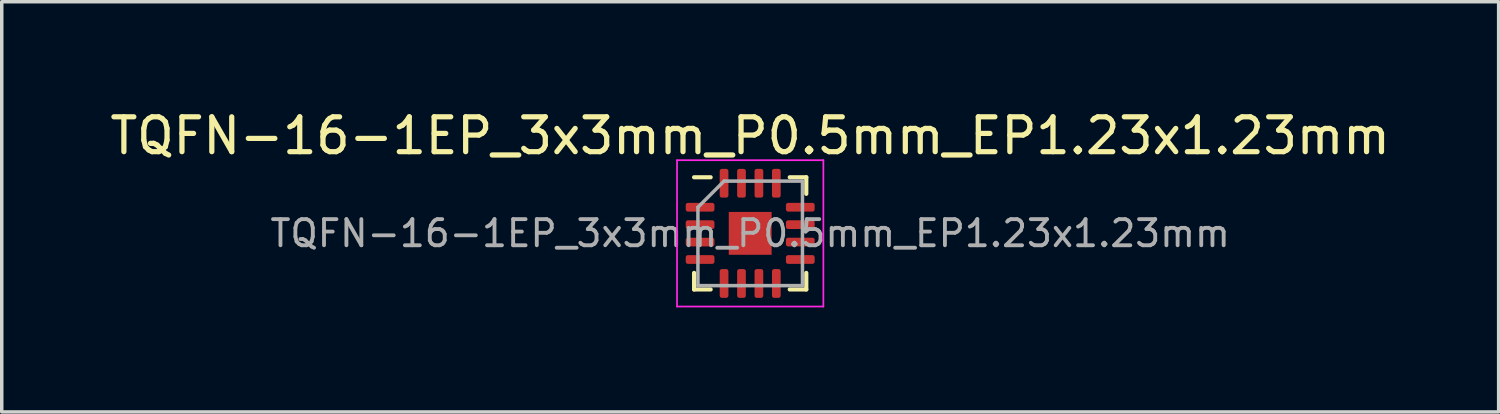
<source format=kicad_pcb>
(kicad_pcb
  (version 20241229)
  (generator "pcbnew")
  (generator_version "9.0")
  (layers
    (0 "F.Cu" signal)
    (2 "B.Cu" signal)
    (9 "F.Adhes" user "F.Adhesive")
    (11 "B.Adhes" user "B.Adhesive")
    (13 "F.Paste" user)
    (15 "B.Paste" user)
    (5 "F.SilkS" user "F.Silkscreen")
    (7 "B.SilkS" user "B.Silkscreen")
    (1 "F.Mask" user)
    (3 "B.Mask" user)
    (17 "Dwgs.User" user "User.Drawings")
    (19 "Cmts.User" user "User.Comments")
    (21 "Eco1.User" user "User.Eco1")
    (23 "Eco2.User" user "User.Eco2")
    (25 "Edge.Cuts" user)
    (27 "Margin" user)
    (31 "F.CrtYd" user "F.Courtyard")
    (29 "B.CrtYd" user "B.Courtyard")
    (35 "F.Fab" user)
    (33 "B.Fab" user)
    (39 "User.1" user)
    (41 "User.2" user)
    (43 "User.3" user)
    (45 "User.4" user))
  (footprint "TQFN-16-1EP_3x3mm_P0.5mm_EP1.23x1.23mm"
    (layer "F.Cu")
    (at 18.482 3.648)
    (property "Reference" "TQFN-16-1EP_3x3mm_P0.5mm_EP1.23x1.23mm" (at 0 -2.8 0) (layer "F.SilkS") (effects (font (size 1 1) (thickness 0.15))))
    (attr smd)
    (fp_line (start -1.61 1.61) (end -1.61 1.135) (stroke (width 0.12) (type solid)) (layer "F.SilkS"))
    (fp_line (start -1.135 -1.61) (end -1.61 -1.61) (stroke (width 0.12) (type solid)) (layer "F.SilkS"))
    (fp_line (start -1.135 1.61) (end -1.61 1.61) (stroke (width 0.12) (type solid)) (layer "F.SilkS"))
    (fp_line (start 1.135 -1.61) (end 1.61 -1.61) (stroke (width 0.12) (type solid)) (layer "F.SilkS"))
    (fp_line (start 1.135 1.61) (end 1.61 1.61) (stroke (width 0.12) (type solid)) (layer "F.SilkS"))
    (fp_line (start 1.61 -1.61) (end 1.61 -1.135) (stroke (width 0.12) (type solid)) (layer "F.SilkS"))
    (fp_line (start 1.61 1.61) (end 1.61 1.135) (stroke (width 0.12) (type solid)) (layer "F.SilkS"))
    (fp_line (start -2.1 -2.1) (end -2.1 2.1) (stroke (width 0.05) (type solid)) (layer "F.CrtYd"))
    (fp_line (start -2.1 2.1) (end 2.1 2.1) (stroke (width 0.05) (type solid)) (layer "F.CrtYd"))
    (fp_line (start 2.1 -2.1) (end -2.1 -2.1) (stroke (width 0.05) (type solid)) (layer "F.CrtYd"))
    (fp_line (start 2.1 2.1) (end 2.1 -2.1) (stroke (width 0.05) (type solid)) (layer "F.CrtYd"))
    (fp_line (start -1.5 -0.75) (end -0.75 -1.5) (stroke (width 0.1) (type solid)) (layer "F.Fab"))
    (fp_line (start -1.5 1.5) (end -1.5 -0.75) (stroke (width 0.1) (type solid)) (layer "F.Fab"))
    (fp_line (start -0.75 -1.5) (end 1.5 -1.5) (stroke (width 0.1) (type solid)) (layer "F.Fab"))
    (fp_line (start 1.5 -1.5) (end 1.5 1.5) (stroke (width 0.1) (type solid)) (layer "F.Fab"))
    (fp_line (start 1.5 1.5) (end -1.5 1.5) (stroke (width 0.1) (type solid)) (layer "F.Fab"))
    (fp_text user "${REFERENCE}" (at 0 0 0) (layer "F.Fab") (effects (font (size 0.75 0.75) (thickness 0.11))))
    (pad "" smd roundrect (at -0.31 -0.31) (size 0.5 0.5) (layers "F.Paste") (roundrect_rratio 0.25))
    (pad "" smd roundrect (at -0.31 0.31) (size 0.5 0.5) (layers "F.Paste") (roundrect_rratio 0.25))
    (pad "" smd rect (at 0 0) (size 1.23 1.23) (property pad_prop_heatsink) (layers "F.Cu" "F.Mask"))
    (pad "" smd roundrect (at 0.31 -0.31) (size 0.5 0.5) (layers "F.Paste") (roundrect_rratio 0.25))
    (pad "1" smd roundrect (at -1.438 -0.75) (size 0.825 0.25) (layers "F.Cu" "F.Mask" "F.Paste") (roundrect_rratio 0.25))
    (pad "2" smd roundrect (at -1.438 -0.25) (size 0.825 0.25) (layers "F.Cu" "F.Mask" "F.Paste") (roundrect_rratio 0.25))
    (pad "3" smd roundrect (at -1.438 0.25) (size 0.825 0.25) (layers "F.Cu" "F.Mask" "F.Paste") (roundrect_rratio 0.25))
    (pad "4" smd roundrect (at -1.438 0.75) (size 0.825 0.25) (layers "F.Cu" "F.Mask" "F.Paste") (roundrect_rratio 0.25))
    (pad "5" smd roundrect (at -0.75 1.438) (size 0.25 0.825) (layers "F.Cu" "F.Mask" "F.Paste") (roundrect_rratio 0.25))
    (pad "6" smd roundrect (at -0.25 1.438) (size 0.25 0.825) (layers "F.Cu" "F.Mask" "F.Paste") (roundrect_rratio 0.25))
    (pad "7" smd roundrect (at 0.25 1.438) (size 0.25 0.825) (layers "F.Cu" "F.Mask" "F.Paste") (roundrect_rratio 0.25))
    (pad "8" smd roundrect (at 0.75 1.438) (size 0.25 0.825) (layers "F.Cu" "F.Mask" "F.Paste") (roundrect_rratio 0.25))
    (pad "9" smd roundrect (at 1.438 0.75) (size 0.825 0.25) (layers "F.Cu" "F.Mask" "F.Paste") (roundrect_rratio 0.25))
    (pad "10" smd roundrect (at 1.438 0.25) (size 0.825 0.25) (layers "F.Cu" "F.Mask" "F.Paste") (roundrect_rratio 0.25))
    (pad "11" smd roundrect (at 1.438 -0.25) (size 0.825 0.25) (layers "F.Cu" "F.Mask" "F.Paste") (roundrect_rratio 0.25))
    (pad "12" smd roundrect (at 1.438 -0.75) (size 0.825 0.25) (layers "F.Cu" "F.Mask" "F.Paste") (roundrect_rratio 0.25))
    (pad "13" smd roundrect (at 0.75 -1.438) (size 0.25 0.825) (layers "F.Cu" "F.Mask" "F.Paste") (roundrect_rratio 0.25))
    (pad "14" smd roundrect (at 0.25 -1.438) (size 0.25 0.825) (layers "F.Cu" "F.Mask" "F.Paste") (roundrect_rratio 0.25))
    (pad "15" smd roundrect (at -0.25 -1.438) (size 0.25 0.825) (layers "F.Cu" "F.Mask" "F.Paste") (roundrect_rratio 0.25))
    (pad "16" smd roundrect (at -0.75 -1.438) (size 0.25 0.825) (layers "F.Cu" "F.Mask" "F.Paste") (roundrect_rratio 0.25)))
  (gr_rect
    (start -3 -3)
    (end 39.964 8.773)
    (stroke (width 0.1) (type default))
    (fill no)
    (layer "Edge.Cuts")))
</source>
